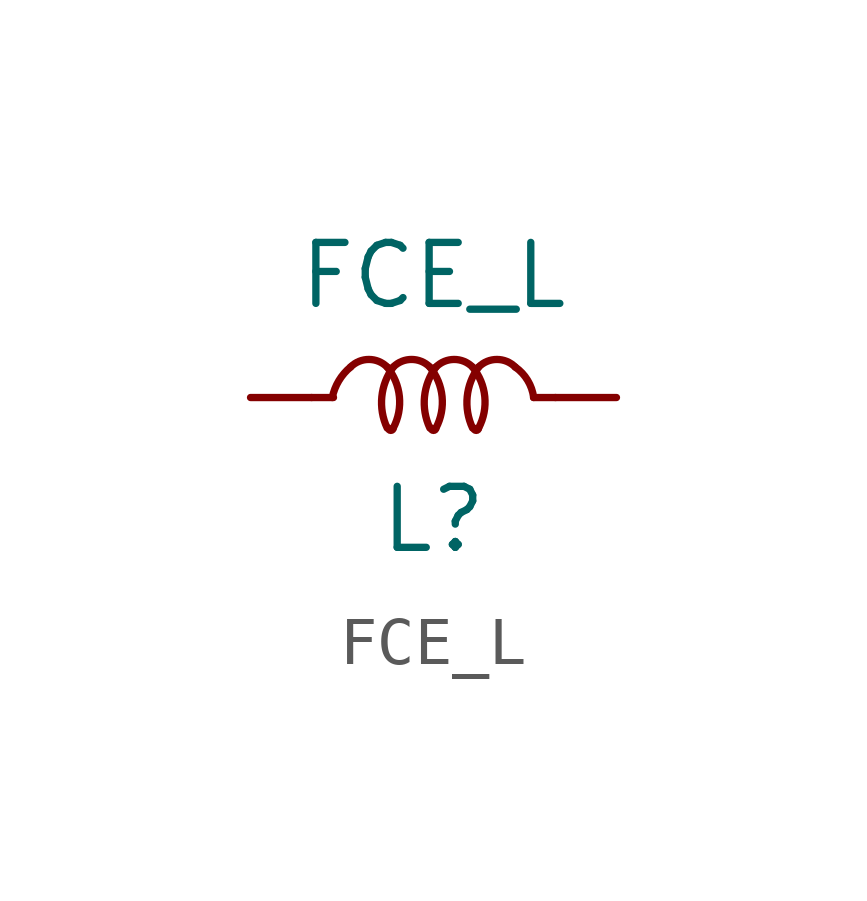
<source format=kicad_sym>
(kicad_symbol_lib
  (version 20211014)
  (generator kicad_symbol_editor)
  (symbol "FCE_L"
    (pin_numbers hide)
    (pin_names
      (offset 1.27) hide)
    (property "Reference" "L"
      (at 0 -2.54 0)
      (effects (font (size 1.27 1.27))))
    (property "Value" "FCE_L"
      (at 0 2.54 0)
      (effects (font (size 1.27 1.27))))
    (property "Footprint" ""
      (at 0 0 0)
      (effects (font (size 1.27 1.27))))
    (property "Datasheet" ""
      (at 0 0 0)
      (effects (font (size 1.27 1.27))))
    (symbol "FCE_L_0_0"
      (arc (start -0.9398 -0.635) (mid -0.889 -0.6858) (end -0.8382 -0.635) (stroke (width 0) (type default) (color 0 0 0 0)) (fill (type none)))
      (arc (start -0.0508 -0.635) (mid 0 -0.6858) (end 0.0508 -0.635) (stroke (width 0) (type default) (color 0 0 0 0)) (fill (type none)))
      (polyline (pts (xy -2.54 0) (xy -2.083 0)) (stroke (width 0) (type default) (color 0 0 0 0)) (fill (type none)))
      (polyline (pts (xy 2.083 0) (xy 2.54 0)) (stroke (width 0) (type default) (color 0 0 0 0)) (fill (type none)))
      (arc (start 0.8382 -0.635) (mid 0.889 -0.6858) (end 0.9398 -0.635) (stroke (width 0) (type default) (color 0 0 0 0)) (fill (type none))))
    (symbol "FCE_L_0_1"
      (arc (start -1.7272 0.635) (mid -1.971 0.3505) (end -2.1082 0) (stroke (width 0) (type default) (color 0 0 0 0)) (fill (type none)))
      (arc (start -0.9652 0.635) (mid -1.3462 0.7928) (end -1.7272 0.635) (stroke (width 0) (type default) (color 0 0 0 0)) (fill (type none)))
      (arc (start -0.8382 -0.635) (mid -0.7101 0.0176) (end -0.9652 0.635) (stroke (width 0) (type default) (color 0 0 0 0)) (fill (type none)))
      (arc (start -0.8382 0.635) (mid -1.0762 0.018) (end -0.9652 -0.635) (stroke (width 0) (type default) (color 0 0 0 0)) (fill (type none)))
      (arc (start -0.0762 0.635) (mid -0.4572 0.7928) (end -0.8382 0.635) (stroke (width 0) (type default) (color 0 0 0 0)) (fill (type none)))
      (arc (start 0.0508 -0.635) (mid 0.1789 0.0176) (end -0.0762 0.635) (stroke (width 0) (type default) (color 0 0 0 0)) (fill (type none)))
      (arc (start 0.0508 0.635) (mid -0.1872 0.018) (end -0.0762 -0.635) (stroke (width 0) (type default) (color 0 0 0 0)) (fill (type none)))
      (arc (start 0.8128 0.635) (mid 0.4318 0.7928) (end 0.0508 0.635) (stroke (width 0) (type default) (color 0 0 0 0)) (fill (type none)))
      (arc (start 0.9398 -0.635) (mid 1.0679 0.0176) (end 0.8128 0.635) (stroke (width 0) (type default) (color 0 0 0 0)) (fill (type none)))
      (arc (start 0.9398 0.635) (mid 0.7018 0.018) (end 0.8128 -0.635) (stroke (width 0) (type default) (color 0 0 0 0)) (fill (type none)))
      (arc (start 1.7018 0.635) (mid 1.3208 0.7928) (end 0.9398 0.635) (stroke (width 0) (type default) (color 0 0 0 0)) (fill (type none)))
      (arc (start 2.0828 0) (mid 1.9581 0.3585) (end 1.7018 0.635) (stroke (width 0) (type default) (color 0 0 0 0)) (fill (type none))))
    (symbol "FCE_L_1_1"
      (pin passive line (at -3.81 0 0) (length 1.27) (name "~" (effects (font (size 1.27 1.27)))) (number "1" (effects (font (size 1.27 1.27)))))
      (pin passive line (at 3.81 0 180) (length 1.27) (name "~" (effects (font (size 1.27 1.27)))) (number "2" (effects (font (size 1.27 1.27))))))))
</source>
